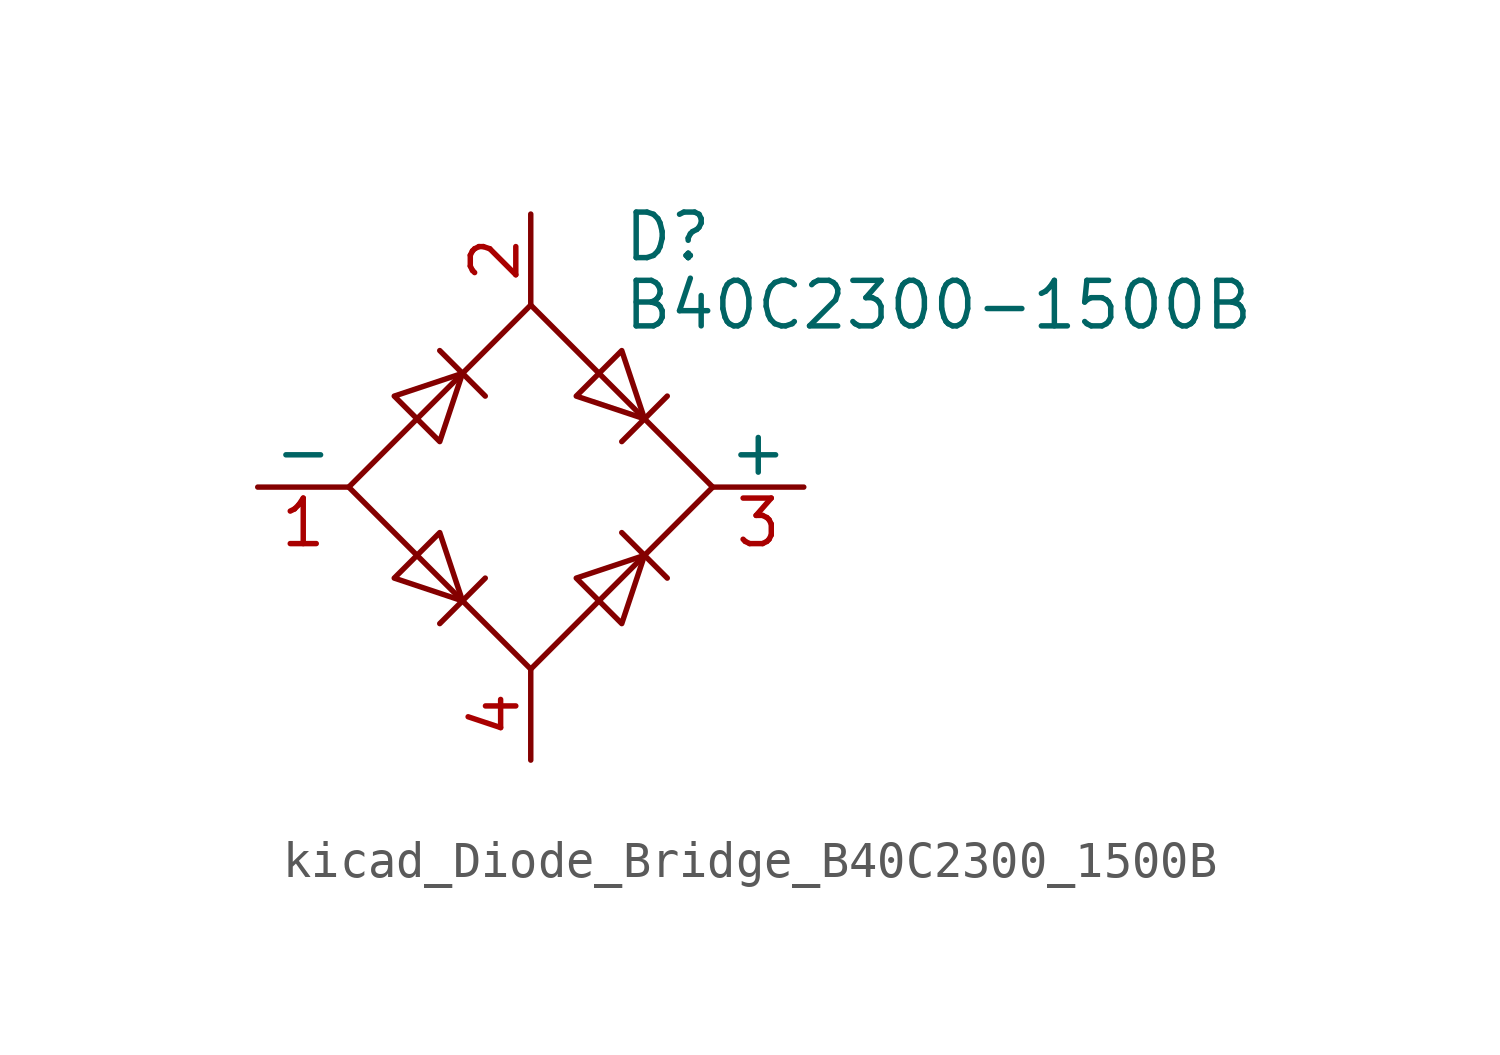
<source format=kicad_sym>
(kicad_symbol_lib
  (version 20220914)
  (generator kicad_symbol_editor)
  (symbol "kicad_Diode_Bridge_B40C2300_1500B"
    (pin_names
      (offset 0))
    (property "Reference" "D"
      (at 2.54 6.985 0)
      (effects (font (size 1.27 1.27)) (justify left)))
    (property "Value" "B40C2300-1500B"
      (at 2.54 5.08 0)
      (effects (font (size 1.27 1.27)) (justify left)))
    (symbol "kicad_Diode_Bridge_B40C2300_1500B_0_1"
      (polyline (pts (xy -2.54 3.81) (xy -1.27 2.54)) (stroke (width 0) (type default)) (fill (type none)))
      (polyline (pts (xy -1.27 -2.54) (xy -2.54 -3.81)) (stroke (width 0) (type default)) (fill (type none)))
      (polyline (pts (xy 2.54 -1.27) (xy 3.81 -2.54)) (stroke (width 0) (type default)) (fill (type none)))
      (polyline (pts (xy 2.54 1.27) (xy 3.81 2.54)) (stroke (width 0) (type default)) (fill (type none)))
      (polyline (pts (xy -3.81 2.54) (xy -2.54 1.27) (xy -1.905 3.175) (xy -3.81 2.54)) (stroke (width 0) (type default)) (fill (type none)))
      (polyline (pts (xy -2.54 -1.27) (xy -3.81 -2.54) (xy -1.905 -3.175) (xy -2.54 -1.27)) (stroke (width 0) (type default)) (fill (type none)))
      (polyline (pts (xy 1.27 2.54) (xy 2.54 3.81) (xy 3.175 1.905) (xy 1.27 2.54)) (stroke (width 0) (type default)) (fill (type none)))
      (polyline (pts (xy 3.175 -1.905) (xy 1.27 -2.54) (xy 2.54 -3.81) (xy 3.175 -1.905)) (stroke (width 0) (type default)) (fill (type none)))
      (polyline (pts (xy -5.08 0) (xy 0 -5.08) (xy 5.08 0) (xy 0 5.08) (xy -5.08 0)) (stroke (width 0) (type default)) (fill (type none))))
    (symbol "kicad_Diode_Bridge_B40C2300_1500B_1_1"
      (pin passive line (at -7.62 0 0) (length 2.54) (name "-" (effects (font (size 1.27 1.27)))) (number "1" (effects (font (size 1.27 1.27)))))
      (pin passive line (at 0 7.62 270) (length 2.54) (name "~" (effects (font (size 1.27 1.27)))) (number "2" (effects (font (size 1.27 1.27)))))
      (pin passive line (at 7.62 0 180) (length 2.54) (name "+" (effects (font (size 1.27 1.27)))) (number "3" (effects (font (size 1.27 1.27)))))
      (pin passive line (at 0 -7.62 90) (length 2.54) (name "~" (effects (font (size 1.27 1.27)))) (number "4" (effects (font (size 1.27 1.27))))))))
</source>
